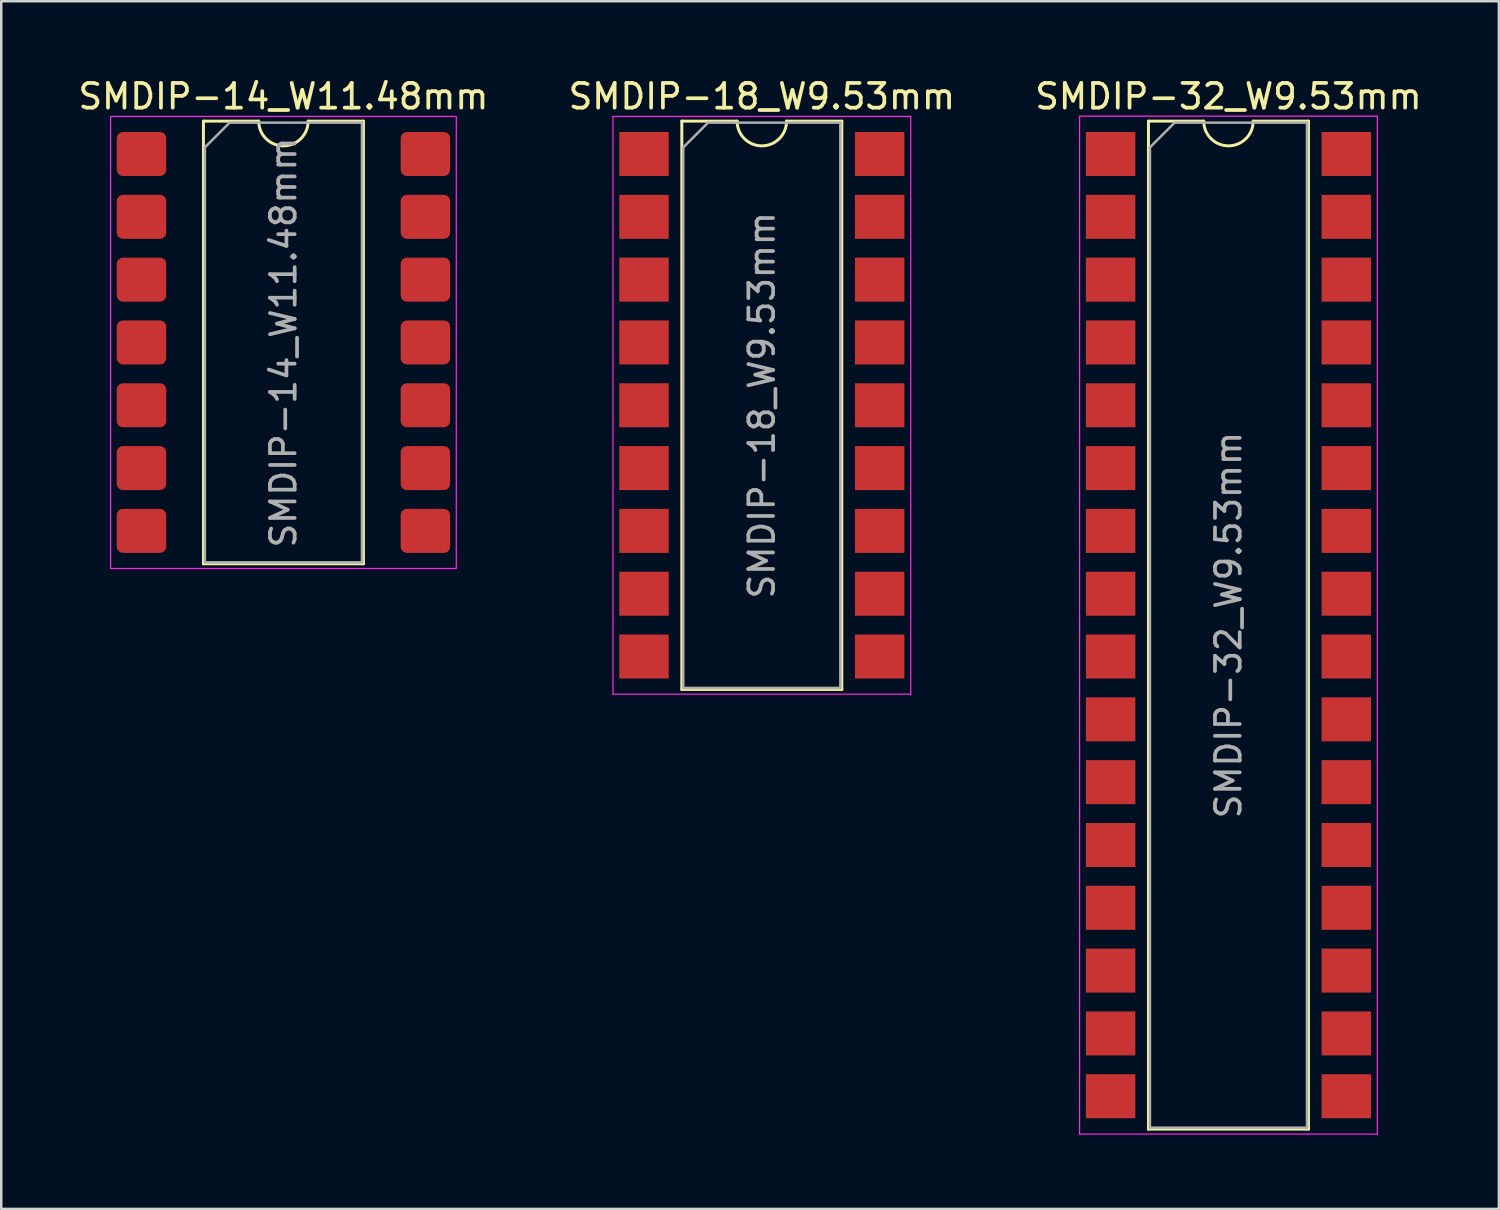
<source format=kicad_pcb>
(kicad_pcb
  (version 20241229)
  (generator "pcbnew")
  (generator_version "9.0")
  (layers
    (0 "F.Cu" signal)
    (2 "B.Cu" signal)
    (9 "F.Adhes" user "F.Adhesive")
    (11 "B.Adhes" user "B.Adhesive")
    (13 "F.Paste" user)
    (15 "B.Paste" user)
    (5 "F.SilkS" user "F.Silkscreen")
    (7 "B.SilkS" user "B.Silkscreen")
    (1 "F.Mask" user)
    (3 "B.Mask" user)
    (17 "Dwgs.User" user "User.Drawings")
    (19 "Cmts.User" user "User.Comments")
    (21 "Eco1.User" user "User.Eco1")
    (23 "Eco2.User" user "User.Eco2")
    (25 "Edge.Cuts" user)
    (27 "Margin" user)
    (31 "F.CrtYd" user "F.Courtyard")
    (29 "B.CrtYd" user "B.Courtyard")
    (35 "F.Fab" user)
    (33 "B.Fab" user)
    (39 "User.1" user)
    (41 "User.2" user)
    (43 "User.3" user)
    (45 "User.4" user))
  (footprint "SMDIP-18_W9.53mm"
    (layer "F.Cu")
    (at 27.756 13.338)
    (property "Reference" "SMDIP-18_W9.53mm" (at 0 -12.49 0) (layer "F.SilkS") (effects (font (size 1 1) (thickness 0.15))))
    (attr smd)
    (fp_line (start -3.235 -11.49) (end -3.235 11.49) (stroke (width 0.12) (type solid)) (layer "F.SilkS"))
    (fp_line (start -3.235 11.49) (end 3.235 11.49) (stroke (width 0.12) (type solid)) (layer "F.SilkS"))
    (fp_line (start -1 -11.49) (end -3.235 -11.49) (stroke (width 0.12) (type solid)) (layer "F.SilkS"))
    (fp_line (start 3.235 -11.49) (end 1 -11.49) (stroke (width 0.12) (type solid)) (layer "F.SilkS"))
    (fp_line (start 3.235 11.49) (end 3.235 -11.49) (stroke (width 0.12) (type solid)) (layer "F.SilkS"))
    (fp_arc (start 1 -11.49) (mid 0 -10.49) (end -1 -11.49) (stroke (width 0.12) (type solid)) (layer "F.SilkS"))
    (fp_line (start -6.02 -11.68) (end -6.02 11.68) (stroke (width 0.05) (type solid)) (layer "F.CrtYd"))
    (fp_line (start -6.02 11.68) (end 6.02 11.68) (stroke (width 0.05) (type solid)) (layer "F.CrtYd"))
    (fp_line (start 6.02 -11.68) (end -6.02 -11.68) (stroke (width 0.05) (type solid)) (layer "F.CrtYd"))
    (fp_line (start 6.02 11.68) (end 6.02 -11.68) (stroke (width 0.05) (type solid)) (layer "F.CrtYd"))
    (fp_line (start -3.175 -10.43) (end -2.175 -11.43) (stroke (width 0.1) (type solid)) (layer "F.Fab"))
    (fp_line (start -3.175 11.43) (end -3.175 -10.43) (stroke (width 0.1) (type solid)) (layer "F.Fab"))
    (fp_line (start -2.175 -11.43) (end 3.175 -11.43) (stroke (width 0.1) (type solid)) (layer "F.Fab"))
    (fp_line (start 3.175 -11.43) (end 3.175 11.43) (stroke (width 0.1) (type solid)) (layer "F.Fab"))
    (fp_line (start 3.175 11.43) (end -3.175 11.43) (stroke (width 0.1) (type solid)) (layer "F.Fab"))
    (fp_text user "${REFERENCE}" (at 0 0 90) (layer "F.Fab") (effects (font (size 1 1) (thickness 0.15))))
    (pad "1" smd rect (at -4.765 -10.16) (size 2 1.78) (layers "F.Cu" "F.Mask" "F.Paste"))
    (pad "2" smd rect (at -4.765 -7.62) (size 2 1.78) (layers "F.Cu" "F.Mask" "F.Paste"))
    (pad "3" smd rect (at -4.765 -5.08) (size 2 1.78) (layers "F.Cu" "F.Mask" "F.Paste"))
    (pad "4" smd rect (at -4.765 -2.54) (size 2 1.78) (layers "F.Cu" "F.Mask" "F.Paste"))
    (pad "5" smd rect (at -4.765 0) (size 2 1.78) (layers "F.Cu" "F.Mask" "F.Paste"))
    (pad "6" smd rect (at -4.765 2.54) (size 2 1.78) (layers "F.Cu" "F.Mask" "F.Paste"))
    (pad "7" smd rect (at -4.765 5.08) (size 2 1.78) (layers "F.Cu" "F.Mask" "F.Paste"))
    (pad "8" smd rect (at -4.765 7.62) (size 2 1.78) (layers "F.Cu" "F.Mask" "F.Paste"))
    (pad "9" smd rect (at -4.765 10.16) (size 2 1.78) (layers "F.Cu" "F.Mask" "F.Paste"))
    (pad "10" smd rect (at 4.765 10.16) (size 2 1.78) (layers "F.Cu" "F.Mask" "F.Paste"))
    (pad "11" smd rect (at 4.765 7.62) (size 2 1.78) (layers "F.Cu" "F.Mask" "F.Paste"))
    (pad "12" smd rect (at 4.765 5.08) (size 2 1.78) (layers "F.Cu" "F.Mask" "F.Paste"))
    (pad "13" smd rect (at 4.765 2.54) (size 2 1.78) (layers "F.Cu" "F.Mask" "F.Paste"))
    (pad "14" smd rect (at 4.765 0) (size 2 1.78) (layers "F.Cu" "F.Mask" "F.Paste"))
    (pad "15" smd rect (at 4.765 -2.54) (size 2 1.78) (layers "F.Cu" "F.Mask" "F.Paste"))
    (pad "16" smd rect (at 4.765 -5.08) (size 2 1.78) (layers "F.Cu" "F.Mask" "F.Paste"))
    (pad "17" smd rect (at 4.765 -7.62) (size 2 1.78) (layers "F.Cu" "F.Mask" "F.Paste"))
    (pad "18" smd rect (at 4.765 -10.16) (size 2 1.78) (layers "F.Cu" "F.Mask" "F.Paste")))
  (footprint "SMDIP-14_W11.48mm"
    (layer "F.Cu")
    (at 8.411 10.798)
    (property "Reference" "SMDIP-14_W11.48mm" (at 0 -9.95 0) (layer "F.SilkS") (effects (font (size 1 1) (thickness 0.15))))
    (attr smd)
    (fp_line (start -3.235 -8.95) (end -3.235 8.95) (stroke (width 0.12) (type solid)) (layer "F.SilkS"))
    (fp_line (start -3.235 8.95) (end 3.235 8.95) (stroke (width 0.12) (type solid)) (layer "F.SilkS"))
    (fp_line (start -1 -8.95) (end -3.235 -8.95) (stroke (width 0.12) (type solid)) (layer "F.SilkS"))
    (fp_line (start 3.235 -8.95) (end 1 -8.95) (stroke (width 0.12) (type solid)) (layer "F.SilkS"))
    (fp_line (start 3.235 8.95) (end 3.235 -8.95) (stroke (width 0.12) (type solid)) (layer "F.SilkS"))
    (fp_arc (start 1 -8.95) (mid 0 -7.95) (end -1 -8.95) (stroke (width 0.12) (type solid)) (layer "F.SilkS"))
    (fp_rect (start -6.99 -9.14) (end 6.99 9.14) (stroke (width 0.05) (type solid)) (fill no) (layer "F.CrtYd"))
    (fp_line (start -3.175 -7.89) (end -2.175 -8.89) (stroke (width 0.1) (type solid)) (layer "F.Fab"))
    (fp_line (start -3.175 8.89) (end -3.175 -7.89) (stroke (width 0.1) (type solid)) (layer "F.Fab"))
    (fp_line (start -2.175 -8.89) (end 3.175 -8.89) (stroke (width 0.1) (type solid)) (layer "F.Fab"))
    (fp_line (start 3.175 -8.89) (end 3.175 8.89) (stroke (width 0.1) (type solid)) (layer "F.Fab"))
    (fp_line (start 3.175 8.89) (end -3.175 8.89) (stroke (width 0.1) (type solid)) (layer "F.Fab"))
    (fp_text user "${REFERENCE}" (at 0 0 90) (layer "F.Fab") (effects (font (size 1 1) (thickness 0.15))))
    (pad "1" smd roundrect (at -5.74 -7.62) (size 2 1.78) (layers "F.Cu" "F.Mask" "F.Paste") (roundrect_rratio 0.14))
    (pad "2" smd roundrect (at -5.74 -5.08) (size 2 1.78) (layers "F.Cu" "F.Mask" "F.Paste") (roundrect_rratio 0.14))
    (pad "3" smd roundrect (at -5.74 -2.54) (size 2 1.78) (layers "F.Cu" "F.Mask" "F.Paste") (roundrect_rratio 0.14))
    (pad "4" smd roundrect (at -5.74 0) (size 2 1.78) (layers "F.Cu" "F.Mask" "F.Paste") (roundrect_rratio 0.14))
    (pad "5" smd roundrect (at -5.74 2.54) (size 2 1.78) (layers "F.Cu" "F.Mask" "F.Paste") (roundrect_rratio 0.14))
    (pad "6" smd roundrect (at -5.74 5.08) (size 2 1.78) (layers "F.Cu" "F.Mask" "F.Paste") (roundrect_rratio 0.14))
    (pad "7" smd roundrect (at -5.74 7.62) (size 2 1.78) (layers "F.Cu" "F.Mask" "F.Paste") (roundrect_rratio 0.14))
    (pad "8" smd roundrect (at 5.74 7.62) (size 2 1.78) (layers "F.Cu" "F.Mask" "F.Paste") (roundrect_rratio 0.14))
    (pad "9" smd roundrect (at 5.74 5.08) (size 2 1.78) (layers "F.Cu" "F.Mask" "F.Paste") (roundrect_rratio 0.14))
    (pad "10" smd roundrect (at 5.74 2.54) (size 2 1.78) (layers "F.Cu" "F.Mask" "F.Paste") (roundrect_rratio 0.14))
    (pad "11" smd roundrect (at 5.74 0) (size 2 1.78) (layers "F.Cu" "F.Mask" "F.Paste") (roundrect_rratio 0.14))
    (pad "12" smd roundrect (at 5.74 -2.54) (size 2 1.78) (layers "F.Cu" "F.Mask" "F.Paste") (roundrect_rratio 0.14))
    (pad "13" smd roundrect (at 5.74 -5.08) (size 2 1.78) (layers "F.Cu" "F.Mask" "F.Paste") (roundrect_rratio 0.14))
    (pad "14" smd roundrect (at 5.74 -7.62) (size 2 1.78) (layers "F.Cu" "F.Mask" "F.Paste") (roundrect_rratio 0.14)))
  (footprint "SMDIP-32_W9.53mm"
    (layer "F.Cu")
    (at 46.625 22.228)
    (property "Reference" "SMDIP-32_W9.53mm" (at 0 -21.38 0) (layer "F.SilkS") (effects (font (size 1 1) (thickness 0.15))))
    (attr smd)
    (fp_line (start -3.235 -20.38) (end -3.235 20.38) (stroke (width 0.12) (type solid)) (layer "F.SilkS"))
    (fp_line (start -3.235 20.38) (end 3.235 20.38) (stroke (width 0.12) (type solid)) (layer "F.SilkS"))
    (fp_line (start -1 -20.38) (end -3.235 -20.38) (stroke (width 0.12) (type solid)) (layer "F.SilkS"))
    (fp_line (start 3.235 -20.38) (end 1 -20.38) (stroke (width 0.12) (type solid)) (layer "F.SilkS"))
    (fp_line (start 3.235 20.38) (end 3.235 -20.38) (stroke (width 0.12) (type solid)) (layer "F.SilkS"))
    (fp_arc (start 1 -20.38) (mid 0 -19.38) (end -1 -20.38) (stroke (width 0.12) (type solid)) (layer "F.SilkS"))
    (fp_line (start -6.02 -20.58) (end -6.02 20.58) (stroke (width 0.05) (type solid)) (layer "F.CrtYd"))
    (fp_line (start -6.02 20.58) (end 6.02 20.58) (stroke (width 0.05) (type solid)) (layer "F.CrtYd"))
    (fp_line (start 6.02 -20.58) (end -6.02 -20.58) (stroke (width 0.05) (type solid)) (layer "F.CrtYd"))
    (fp_line (start 6.02 20.58) (end 6.02 -20.58) (stroke (width 0.05) (type solid)) (layer "F.CrtYd"))
    (fp_line (start -3.175 -19.32) (end -2.175 -20.32) (stroke (width 0.1) (type solid)) (layer "F.Fab"))
    (fp_line (start -3.175 20.32) (end -3.175 -19.32) (stroke (width 0.1) (type solid)) (layer "F.Fab"))
    (fp_line (start -2.175 -20.32) (end 3.175 -20.32) (stroke (width 0.1) (type solid)) (layer "F.Fab"))
    (fp_line (start 3.175 -20.32) (end 3.175 20.32) (stroke (width 0.1) (type solid)) (layer "F.Fab"))
    (fp_line (start 3.175 20.32) (end -3.175 20.32) (stroke (width 0.1) (type solid)) (layer "F.Fab"))
    (fp_text user "${REFERENCE}" (at 0 0 90) (layer "F.Fab") (effects (font (size 1 1) (thickness 0.15))))
    (pad "1" smd rect (at -4.765 -19.05) (size 2 1.78) (layers "F.Cu" "F.Mask" "F.Paste"))
    (pad "2" smd rect (at -4.765 -16.51) (size 2 1.78) (layers "F.Cu" "F.Mask" "F.Paste"))
    (pad "3" smd rect (at -4.765 -13.97) (size 2 1.78) (layers "F.Cu" "F.Mask" "F.Paste"))
    (pad "4" smd rect (at -4.765 -11.43) (size 2 1.78) (layers "F.Cu" "F.Mask" "F.Paste"))
    (pad "5" smd rect (at -4.765 -8.89) (size 2 1.78) (layers "F.Cu" "F.Mask" "F.Paste"))
    (pad "6" smd rect (at -4.765 -6.35) (size 2 1.78) (layers "F.Cu" "F.Mask" "F.Paste"))
    (pad "7" smd rect (at -4.765 -3.81) (size 2 1.78) (layers "F.Cu" "F.Mask" "F.Paste"))
    (pad "8" smd rect (at -4.765 -1.27) (size 2 1.78) (layers "F.Cu" "F.Mask" "F.Paste"))
    (pad "9" smd rect (at -4.765 1.27) (size 2 1.78) (layers "F.Cu" "F.Mask" "F.Paste"))
    (pad "10" smd rect (at -4.765 3.81) (size 2 1.78) (layers "F.Cu" "F.Mask" "F.Paste"))
    (pad "11" smd rect (at -4.765 6.35) (size 2 1.78) (layers "F.Cu" "F.Mask" "F.Paste"))
    (pad "12" smd rect (at -4.765 8.89) (size 2 1.78) (layers "F.Cu" "F.Mask" "F.Paste"))
    (pad "13" smd rect (at -4.765 11.43) (size 2 1.78) (layers "F.Cu" "F.Mask" "F.Paste"))
    (pad "14" smd rect (at -4.765 13.97) (size 2 1.78) (layers "F.Cu" "F.Mask" "F.Paste"))
    (pad "15" smd rect (at -4.765 16.51) (size 2 1.78) (layers "F.Cu" "F.Mask" "F.Paste"))
    (pad "16" smd rect (at -4.765 19.05) (size 2 1.78) (layers "F.Cu" "F.Mask" "F.Paste"))
    (pad "17" smd rect (at 4.765 19.05) (size 2 1.78) (layers "F.Cu" "F.Mask" "F.Paste"))
    (pad "18" smd rect (at 4.765 16.51) (size 2 1.78) (layers "F.Cu" "F.Mask" "F.Paste"))
    (pad "19" smd rect (at 4.765 13.97) (size 2 1.78) (layers "F.Cu" "F.Mask" "F.Paste"))
    (pad "20" smd rect (at 4.765 11.43) (size 2 1.78) (layers "F.Cu" "F.Mask" "F.Paste"))
    (pad "21" smd rect (at 4.765 8.89) (size 2 1.78) (layers "F.Cu" "F.Mask" "F.Paste"))
    (pad "22" smd rect (at 4.765 6.35) (size 2 1.78) (layers "F.Cu" "F.Mask" "F.Paste"))
    (pad "23" smd rect (at 4.765 3.81) (size 2 1.78) (layers "F.Cu" "F.Mask" "F.Paste"))
    (pad "24" smd rect (at 4.765 1.27) (size 2 1.78) (layers "F.Cu" "F.Mask" "F.Paste"))
    (pad "25" smd rect (at 4.765 -1.27) (size 2 1.78) (layers "F.Cu" "F.Mask" "F.Paste"))
    (pad "26" smd rect (at 4.765 -3.81) (size 2 1.78) (layers "F.Cu" "F.Mask" "F.Paste"))
    (pad "27" smd rect (at 4.765 -6.35) (size 2 1.78) (layers "F.Cu" "F.Mask" "F.Paste"))
    (pad "28" smd rect (at 4.765 -8.89) (size 2 1.78) (layers "F.Cu" "F.Mask" "F.Paste"))
    (pad "29" smd rect (at 4.765 -11.43) (size 2 1.78) (layers "F.Cu" "F.Mask" "F.Paste"))
    (pad "30" smd rect (at 4.765 -13.97) (size 2 1.78) (layers "F.Cu" "F.Mask" "F.Paste"))
    (pad "31" smd rect (at 4.765 -16.51) (size 2 1.78) (layers "F.Cu" "F.Mask" "F.Paste"))
    (pad "32" smd rect (at 4.765 -19.05) (size 2 1.78) (layers "F.Cu" "F.Mask" "F.Paste")))
  (gr_rect
    (start -3 -3)
    (end 57.56 45.833)
    (stroke (width 0.1) (type default))
    (fill no)
    (layer "Edge.Cuts")))
</source>
